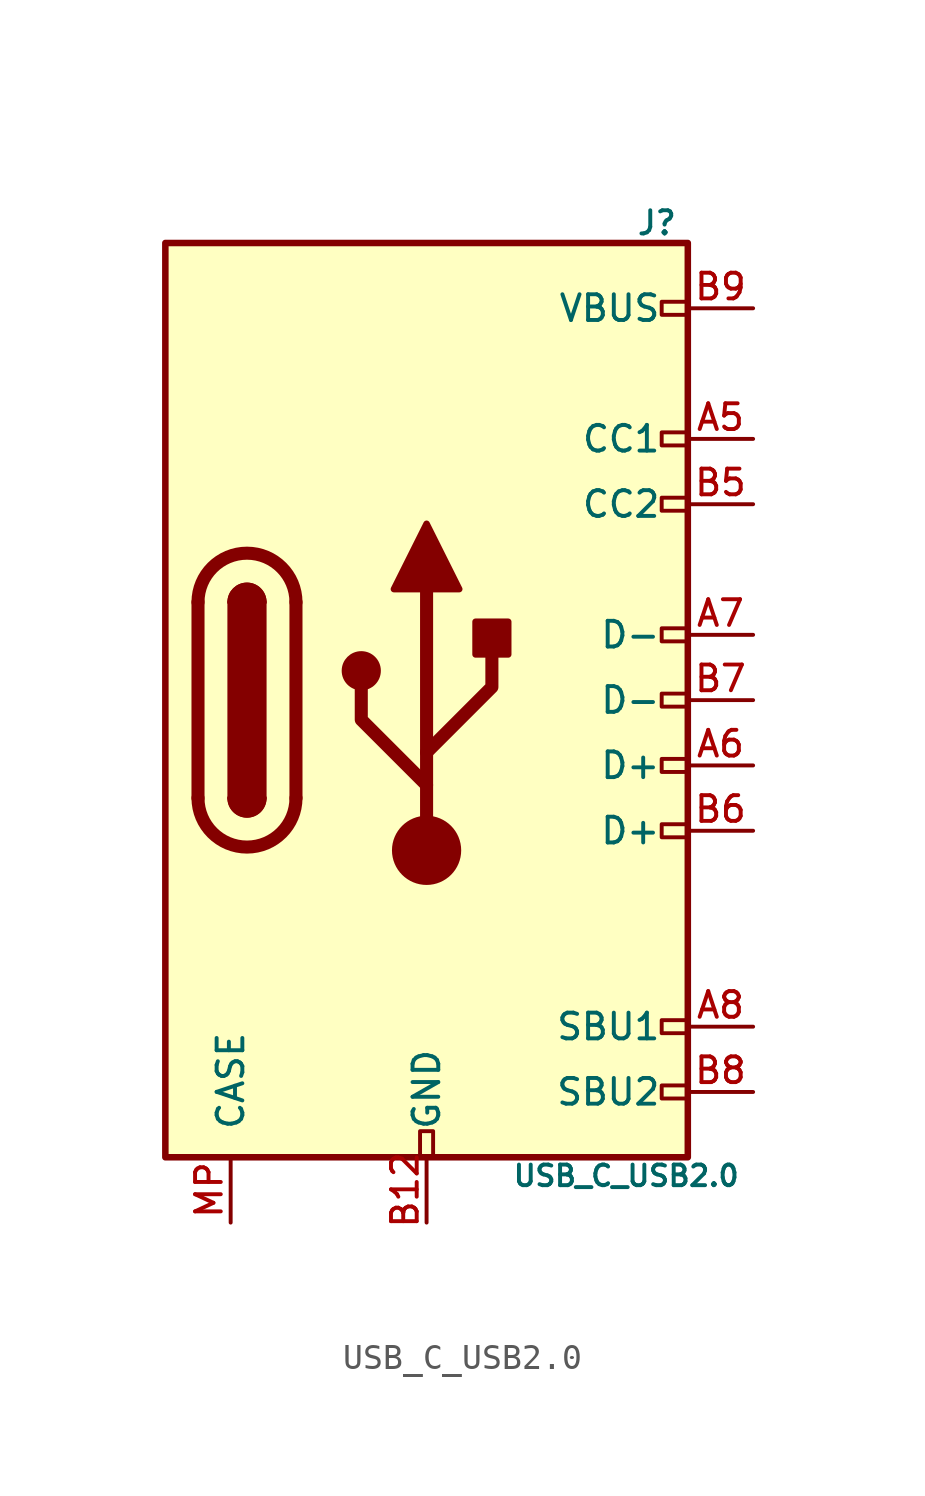
<source format=kicad_sym>
(kicad_symbol_lib
  (version 20231120)
  (generator "kicad_symbol_editor")
  (generator_version "8.0")
  (symbol "USB_C_USB2.0"
    (pin_names
      (offset 1.016))
    (property "Reference" "J"
      (at 8.128 18.034 0)
      (effects (font (size 0.9 0.9)) (justify left bottom)))
    (property "Value" "USB_C_USB2.0"
      (at 3.302 -18.034 0)
      (effects (font (size 0.8 0.8)) (justify left top)))
    (symbol "USB_C_USB2.0_0_0"
      (rectangle (start -0.254 -17.78) (end 0.254 -16.764) (stroke (width 0) (type default)) (fill (type none)))
      (rectangle (start 10.16 -14.986) (end 9.144 -15.494) (stroke (width 0) (type default)) (fill (type none)))
      (rectangle (start 10.16 -12.446) (end 9.144 -12.954) (stroke (width 0) (type default)) (fill (type none)))
      (rectangle (start 10.16 -4.826) (end 9.144 -5.334) (stroke (width 0) (type default)) (fill (type none)))
      (rectangle (start 10.16 -2.286) (end 9.144 -2.794) (stroke (width 0) (type default)) (fill (type none)))
      (rectangle (start 10.16 0.254) (end 9.144 -0.254) (stroke (width 0) (type default)) (fill (type none)))
      (rectangle (start 10.16 2.794) (end 9.144 2.286) (stroke (width 0) (type default)) (fill (type none)))
      (rectangle (start 10.16 7.874) (end 9.144 7.366) (stroke (width 0) (type default)) (fill (type none)))
      (rectangle (start 10.16 10.414) (end 9.144 9.906) (stroke (width 0) (type default)) (fill (type none)))
      (rectangle (start 10.16 15.494) (end 9.144 14.986) (stroke (width 0) (type default)) (fill (type none))))
    (symbol "USB_C_USB2.0_0_1"
      (rectangle (start -10.16 17.78) (end 10.16 -17.78) (stroke (width 0.254) (type default)) (fill (type background)))
      (arc (start -8.89 -3.81) (mid -6.985 -5.7067) (end -5.08 -3.81) (stroke (width 0.508) (type default)) (fill (type none)))
      (arc (start -7.62 -3.81) (mid -6.985 -4.4423) (end -6.35 -3.81) (stroke (width 0.254) (type default)) (fill (type none)))
      (arc (start -7.62 -3.81) (mid -6.985 -4.4423) (end -6.35 -3.81) (stroke (width 0.254) (type default)) (fill (type outline)))
      (rectangle (start -7.62 -3.81) (end -6.35 3.81) (stroke (width 0.254) (type default)) (fill (type outline)))
      (arc (start -6.35 3.81) (mid -6.985 4.4423) (end -7.62 3.81) (stroke (width 0.254) (type default)) (fill (type none)))
      (arc (start -6.35 3.81) (mid -6.985 4.4423) (end -7.62 3.81) (stroke (width 0.254) (type default)) (fill (type outline)))
      (arc (start -5.08 3.81) (mid -6.985 5.7067) (end -8.89 3.81) (stroke (width 0.508) (type default)) (fill (type none)))
      (circle (center -2.54 1.143) (radius 0.635) (stroke (width 0.254) (type default)) (fill (type outline)))
      (circle (center 0 -5.842) (radius 1.27) (stroke (width 0) (type default)) (fill (type outline)))
      (polyline (pts (xy -8.89 -3.81) (xy -8.89 3.81)) (stroke (width 0.508) (type default)) (fill (type none)))
      (polyline (pts (xy -5.08 3.81) (xy -5.08 -3.81)) (stroke (width 0.508) (type default)) (fill (type none)))
      (polyline (pts (xy 0 -5.842) (xy 0 4.318)) (stroke (width 0.508) (type default)) (fill (type none)))
      (polyline (pts (xy 0 -3.302) (xy -2.54 -0.762) (xy -2.54 0.508)) (stroke (width 0.508) (type default)) (fill (type none)))
      (polyline (pts (xy 0 -2.032) (xy 2.54 0.508) (xy 2.54 1.778)) (stroke (width 0.508) (type default)) (fill (type none)))
      (polyline (pts (xy -1.27 4.318) (xy 0 6.858) (xy 1.27 4.318) (xy -1.27 4.318)) (stroke (width 0.254) (type default)) (fill (type outline)))
      (rectangle (start 1.905 1.778) (end 3.175 3.048) (stroke (width 0.254) (type default)) (fill (type outline))))
    (symbol "USB_C_USB2.0_1_1"
      (pin power_out line (at 0 -20.32 90) (length 2.54) hide (name "GND" (effects (font (size 1 1)))) (number "A1" (effects (font (size 1 1)))))
      (pin power_out line (at 0 -20.32 90) (length 2.54) hide (name "GND" (effects (font (size 1 1)))) (number "A12" (effects (font (size 1 1)))))
      (pin power_out line (at 12.7 15.24 180) (length 2.54) hide (name "VBUS" (effects (font (size 1 1)))) (number "A4" (effects (font (size 1 1)))))
      (pin bidirectional line (at 12.7 10.16 180) (length 2.54) (name "CC1" (effects (font (size 1 1)))) (number "A5" (effects (font (size 1 1)))))
      (pin bidirectional line (at 12.7 -2.54 180) (length 2.54) (name "D+" (effects (font (size 1 1)))) (number "A6" (effects (font (size 1 1)))))
      (pin bidirectional line (at 12.7 2.54 180) (length 2.54) (name "D-" (effects (font (size 1 1)))) (number "A7" (effects (font (size 1 1)))))
      (pin bidirectional line (at 12.7 -12.7 180) (length 2.54) (name "SBU1" (effects (font (size 1 1)))) (number "A8" (effects (font (size 1 1)))))
      (pin power_out line (at 12.7 15.24 180) (length 2.54) hide (name "VBUS" (effects (font (size 1 1)))) (number "A9" (effects (font (size 1 1)))))
      (pin power_out line (at 0 -20.32 90) (length 2.54) hide (name "GND" (effects (font (size 1 1)))) (number "B1" (effects (font (size 1 1)))))
      (pin power_out line (at 0 -20.32 90) (length 2.54) (name "GND" (effects (font (size 1 1)))) (number "B12" (effects (font (size 1 1)))))
      (pin power_out line (at 12.7 15.24 180) (length 2.54) hide (name "VBUS" (effects (font (size 1 1)))) (number "B4" (effects (font (size 1 1)))))
      (pin bidirectional line (at 12.7 7.62 180) (length 2.54) (name "CC2" (effects (font (size 1 1)))) (number "B5" (effects (font (size 1 1)))))
      (pin bidirectional line (at 12.7 -5.08 180) (length 2.54) (name "D+" (effects (font (size 1 1)))) (number "B6" (effects (font (size 1 1)))))
      (pin bidirectional line (at 12.7 0 180) (length 2.54) (name "D-" (effects (font (size 1 1)))) (number "B7" (effects (font (size 1 1)))))
      (pin bidirectional line (at 12.7 -15.24 180) (length 2.54) (name "SBU2" (effects (font (size 1 1)))) (number "B8" (effects (font (size 1 1)))))
      (pin power_out line (at 12.7 15.24 180) (length 2.54) (name "VBUS" (effects (font (size 1 1)))) (number "B9" (effects (font (size 1 1)))))
      (pin passive line (at -7.62 -20.32 90) (length 2.54) (name "CASE" (effects (font (size 1 1)))) (number "MP" (effects (font (size 1 1))))))))
</source>
